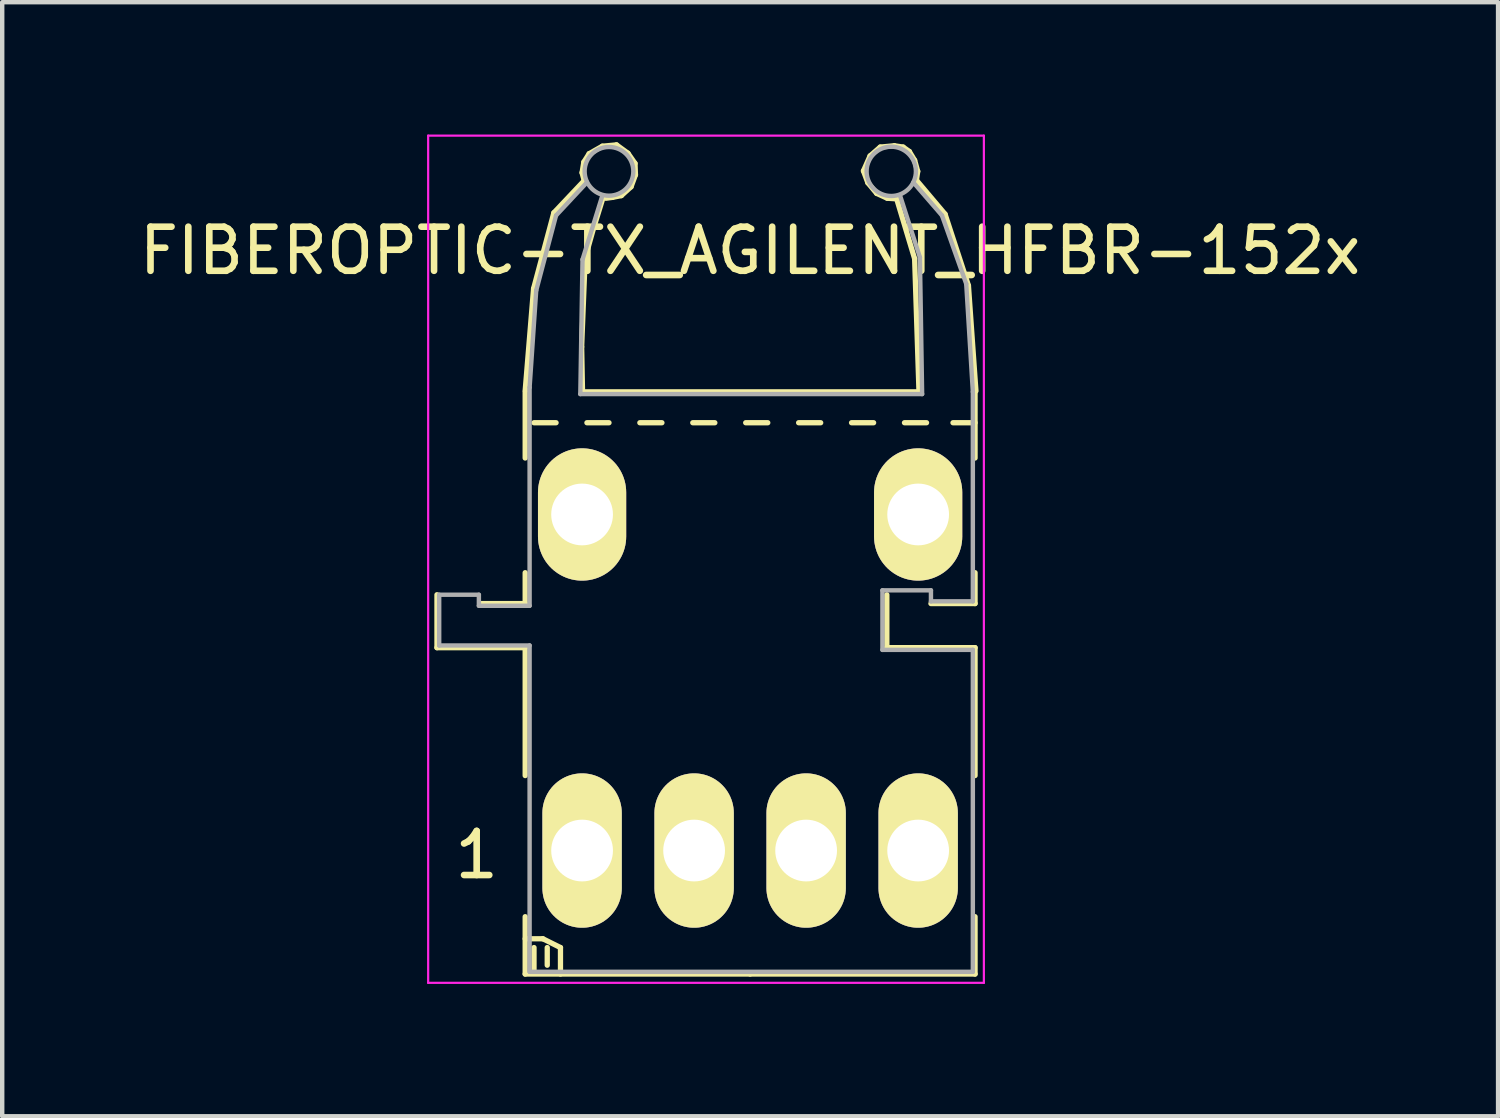
<source format=kicad_pcb>
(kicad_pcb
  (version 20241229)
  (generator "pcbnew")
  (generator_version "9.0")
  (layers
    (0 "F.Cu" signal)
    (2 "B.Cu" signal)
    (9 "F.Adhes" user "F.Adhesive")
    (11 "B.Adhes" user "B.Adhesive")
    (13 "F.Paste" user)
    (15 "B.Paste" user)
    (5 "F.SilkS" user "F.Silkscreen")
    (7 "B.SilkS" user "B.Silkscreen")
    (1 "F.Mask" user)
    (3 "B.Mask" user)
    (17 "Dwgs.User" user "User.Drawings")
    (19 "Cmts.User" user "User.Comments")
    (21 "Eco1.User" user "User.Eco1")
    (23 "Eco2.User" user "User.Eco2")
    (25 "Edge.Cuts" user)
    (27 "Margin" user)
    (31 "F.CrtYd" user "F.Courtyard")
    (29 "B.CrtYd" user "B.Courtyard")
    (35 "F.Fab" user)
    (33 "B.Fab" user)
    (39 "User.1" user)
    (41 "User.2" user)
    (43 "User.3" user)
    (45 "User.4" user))
  (footprint "FIBEROPTIC-TX_AGILENT_HFBR-152x"
    (layer "F.Cu")
    (at 10.148 16.235)
    (property "Reference" "FIBEROPTIC-TX_AGILENT_HFBR-152x" (at 3.81 -13.6 0) (layer "F.SilkS") (effects (font (size 1 1) (thickness 0.15))))
    (attr through_hole)
    (fp_line (start -3.29 -4.6) (end -3.29 -5.8) (stroke (width 0.12) (type solid)) (layer "F.SilkS"))
    (fp_line (start -2.29 -5.6) (end -1.29 -5.6) (stroke (width 0.12) (type solid)) (layer "F.SilkS"))
    (fp_line (start -1.29 -10.43) (end -1.1 -12.74) (stroke (width 0.12) (type solid)) (layer "F.SilkS"))
    (fp_line (start -1.29 -10.4) (end -1.29 -8.9) (stroke (width 0.12) (type solid)) (layer "F.SilkS"))
    (fp_line (start -1.29 -5.6) (end -1.29 -6.3) (stroke (width 0.12) (type solid)) (layer "F.SilkS"))
    (fp_line (start -1.29 -4.6) (end -3.29 -4.6) (stroke (width 0.12) (type solid)) (layer "F.SilkS"))
    (fp_line (start -1.29 -4.6) (end -1.29 -1.7) (stroke (width 0.12) (type solid)) (layer "F.SilkS"))
    (fp_line (start -1.29 2) (end -0.89 2) (stroke (width 0.12) (type solid)) (layer "F.SilkS"))
    (fp_line (start -1.29 2.8) (end -1.29 1.5) (stroke (width 0.12) (type solid)) (layer "F.SilkS"))
    (fp_line (start -1.1 -12.74) (end -0.64 -14.46) (stroke (width 0.12) (type solid)) (layer "F.SilkS"))
    (fp_line (start -1.09 2.2) (end -1.09 2.7) (stroke (width 0.12) (type solid)) (layer "F.SilkS"))
    (fp_line (start -0.89 2) (end -0.49 2.2) (stroke (width 0.12) (type solid)) (layer "F.SilkS"))
    (fp_line (start -0.79 2.2) (end -0.79 2.6) (stroke (width 0.12) (type solid)) (layer "F.SilkS"))
    (fp_line (start -0.64 -14.46) (end 0.04 -15.18) (stroke (width 0.12) (type solid)) (layer "F.SilkS"))
    (fp_line (start -0.59 -9.7) (end -1.09 -9.7) (stroke (width 0.12) (type solid)) (layer "F.SilkS"))
    (fp_line (start -0.49 2.2) (end -0.49 2.8) (stroke (width 0.12) (type solid)) (layer "F.SilkS"))
    (fp_line (start -0.01 -11.42) (end 0.07 -13.44) (stroke (width 0.12) (type solid)) (layer "F.SilkS"))
    (fp_line (start 0 -15.37) (end 0.05 -15.18) (stroke (width 0.12) (type solid)) (layer "F.SilkS"))
    (fp_line (start 0.01 -10.4) (end -0.01 -11.42) (stroke (width 0.12) (type solid)) (layer "F.SilkS"))
    (fp_line (start 0.04 -15.61) (end 0 -15.37) (stroke (width 0.12) (type solid)) (layer "F.SilkS"))
    (fp_line (start 0.07 -13.44) (end 0.26 -14.11) (stroke (width 0.12) (type solid)) (layer "F.SilkS"))
    (fp_line (start 0.16 -15.8) (end 0.04 -15.61) (stroke (width 0.12) (type solid)) (layer "F.SilkS"))
    (fp_line (start 0.26 -14.11) (end 0.48 -14.82) (stroke (width 0.12) (type solid)) (layer "F.SilkS"))
    (fp_line (start 0.46 -15.97) (end 0.16 -15.8) (stroke (width 0.12) (type solid)) (layer "F.SilkS"))
    (fp_line (start 0.54 -14.79) (end 0.69 -14.81) (stroke (width 0.12) (type solid)) (layer "F.SilkS"))
    (fp_line (start 0.61 -9.7) (end 0.11 -9.7) (stroke (width 0.12) (type solid)) (layer "F.SilkS"))
    (fp_line (start 0.69 -14.81) (end 0.89 -14.85) (stroke (width 0.12) (type solid)) (layer "F.SilkS"))
    (fp_line (start 0.78 -16) (end 0.46 -15.97) (stroke (width 0.12) (type solid)) (layer "F.SilkS"))
    (fp_line (start 0.89 -14.85) (end 1.11 -15.05) (stroke (width 0.12) (type solid)) (layer "F.SilkS"))
    (fp_line (start 1.04 -15.81) (end 0.78 -16) (stroke (width 0.12) (type solid)) (layer "F.SilkS"))
    (fp_line (start 1.11 -15.05) (end 1.21 -15.32) (stroke (width 0.12) (type solid)) (layer "F.SilkS"))
    (fp_line (start 1.2 -15.58) (end 1.04 -15.81) (stroke (width 0.12) (type solid)) (layer "F.SilkS"))
    (fp_line (start 1.21 -15.32) (end 1.2 -15.58) (stroke (width 0.12) (type solid)) (layer "F.SilkS"))
    (fp_line (start 1.81 -9.7) (end 1.31 -9.7) (stroke (width 0.12) (type solid)) (layer "F.SilkS"))
    (fp_line (start 3.01 -9.7) (end 2.51 -9.7) (stroke (width 0.12) (type solid)) (layer "F.SilkS"))
    (fp_line (start 3.81 2.8) (end -1.29 2.8) (stroke (width 0.12) (type solid)) (layer "F.SilkS"))
    (fp_line (start 3.81 2.8) (end 8.91 2.8) (stroke (width 0.12) (type solid)) (layer "F.SilkS"))
    (fp_line (start 4.21 -9.7) (end 3.71 -9.7) (stroke (width 0.12) (type solid)) (layer "F.SilkS"))
    (fp_line (start 5.41 -9.7) (end 4.91 -9.7) (stroke (width 0.12) (type solid)) (layer "F.SilkS"))
    (fp_line (start 6.38 -15.41) (end 6.48 -15.14) (stroke (width 0.12) (type solid)) (layer "F.SilkS"))
    (fp_line (start 6.48 -15.14) (end 6.68 -14.9) (stroke (width 0.12) (type solid)) (layer "F.SilkS"))
    (fp_line (start 6.53 -15.75) (end 6.38 -15.41) (stroke (width 0.12) (type solid)) (layer "F.SilkS"))
    (fp_line (start 6.61 -9.7) (end 6.11 -9.7) (stroke (width 0.12) (type solid)) (layer "F.SilkS"))
    (fp_line (start 6.68 -14.9) (end 6.92 -14.79) (stroke (width 0.12) (type solid)) (layer "F.SilkS"))
    (fp_line (start 6.76 -15.95) (end 6.53 -15.75) (stroke (width 0.12) (type solid)) (layer "F.SilkS"))
    (fp_line (start 6.91 -4.6) (end 6.91 -5.8) (stroke (width 0.12) (type solid)) (layer "F.SilkS"))
    (fp_line (start 6.92 -14.79) (end 7.08 -14.78) (stroke (width 0.12) (type solid)) (layer "F.SilkS"))
    (fp_line (start 7.08 -15.98) (end 6.76 -15.95) (stroke (width 0.12) (type solid)) (layer "F.SilkS"))
    (fp_line (start 7.28 -15.95) (end 7.08 -15.98) (stroke (width 0.12) (type solid)) (layer "F.SilkS"))
    (fp_line (start 7.42 -15.85) (end 7.28 -15.95) (stroke (width 0.12) (type solid)) (layer "F.SilkS"))
    (fp_line (start 7.54 -15.65) (end 7.42 -15.85) (stroke (width 0.12) (type solid)) (layer "F.SilkS"))
    (fp_line (start 7.54 -13.42) (end 7.12 -14.82) (stroke (width 0.12) (type solid)) (layer "F.SilkS"))
    (fp_line (start 7.58 -15.2) (end 7.61 -15.4) (stroke (width 0.12) (type solid)) (layer "F.SilkS"))
    (fp_line (start 7.61 -15.4) (end 7.54 -15.65) (stroke (width 0.12) (type solid)) (layer "F.SilkS"))
    (fp_line (start 7.61 -10.4) (end 0.01 -10.4) (stroke (width 0.12) (type solid)) (layer "F.SilkS"))
    (fp_line (start 7.64 -10.37) (end 7.54 -13.42) (stroke (width 0.12) (type solid)) (layer "F.SilkS"))
    (fp_line (start 7.81 -9.7) (end 7.31 -9.7) (stroke (width 0.12) (type solid)) (layer "F.SilkS"))
    (fp_line (start 7.91 -5.6) (end 8.91 -5.6) (stroke (width 0.12) (type solid)) (layer "F.SilkS"))
    (fp_line (start 8.23 -14.43) (end 7.58 -15.2) (stroke (width 0.12) (type solid)) (layer "F.SilkS"))
    (fp_line (start 8.76 -12.81) (end 8.23 -14.43) (stroke (width 0.12) (type solid)) (layer "F.SilkS"))
    (fp_line (start 8.91 -9.7) (end 8.41 -9.7) (stroke (width 0.12) (type solid)) (layer "F.SilkS"))
    (fp_line (start 8.91 -8.9) (end 8.91 -10.4) (stroke (width 0.12) (type solid)) (layer "F.SilkS"))
    (fp_line (start 8.91 -5.6) (end 8.91 -6.3) (stroke (width 0.12) (type solid)) (layer "F.SilkS"))
    (fp_line (start 8.91 -4.6) (end 6.91 -4.6) (stroke (width 0.12) (type solid)) (layer "F.SilkS"))
    (fp_line (start 8.91 -1.7) (end 8.91 -4.6) (stroke (width 0.12) (type solid)) (layer "F.SilkS"))
    (fp_line (start 8.91 2.8) (end 8.91 1.5) (stroke (width 0.12) (type solid)) (layer "F.SilkS"))
    (fp_line (start 8.93 -10.42) (end 8.76 -12.81) (stroke (width 0.12) (type solid)) (layer "F.SilkS"))
    (fp_line (start -3.49 -16.21) (end -3.49 3) (stroke (width 0.05) (type solid)) (layer "F.CrtYd"))
    (fp_line (start -3.49 -16.21) (end 9.11 -16.21) (stroke (width 0.05) (type solid)) (layer "F.CrtYd"))
    (fp_line (start 9.11 3) (end -3.49 3) (stroke (width 0.05) (type solid)) (layer "F.CrtYd"))
    (fp_line (start 9.11 3) (end 9.11 -16.21) (stroke (width 0.05) (type solid)) (layer "F.CrtYd"))
    (fp_line (start -3.24 -5.8) (end -3.24 -4.65) (stroke (width 0.1) (type solid)) (layer "F.Fab"))
    (fp_line (start -3.24 -4.65) (end -1.19 -4.65) (stroke (width 0.1) (type solid)) (layer "F.Fab"))
    (fp_line (start -2.34 -5.8) (end -3.24 -5.8) (stroke (width 0.1) (type solid)) (layer "F.Fab"))
    (fp_line (start -2.34 -5.55) (end -2.34 -5.8) (stroke (width 0.1) (type solid)) (layer "F.Fab"))
    (fp_line (start -1.19 -10.5) (end -1.19 -5.55) (stroke (width 0.1) (type solid)) (layer "F.Fab"))
    (fp_line (start -1.19 -5.55) (end -2.34 -5.55) (stroke (width 0.1) (type solid)) (layer "F.Fab"))
    (fp_line (start -1.19 -4.65) (end -1.19 2.75) (stroke (width 0.1) (type solid)) (layer "F.Fab"))
    (fp_line (start -1.19 2.75) (end 8.86 2.75) (stroke (width 0.1) (type solid)) (layer "F.Fab"))
    (fp_line (start -1.04 -12.7) (end -1.19 -10.5) (stroke (width 0.1) (type solid)) (layer "F.Fab"))
    (fp_line (start -0.59 -14.4) (end -1.04 -12.7) (stroke (width 0.1) (type solid)) (layer "F.Fab"))
    (fp_line (start -0.04 -10.35) (end 0.01 -13.4) (stroke (width 0.1) (type solid)) (layer "F.Fab"))
    (fp_line (start 0.01 -13.4) (end 0.46 -14.85) (stroke (width 0.1) (type solid)) (layer "F.Fab"))
    (fp_line (start 0.11 -15.15) (end -0.59 -14.4) (stroke (width 0.1) (type solid)) (layer "F.Fab"))
    (fp_line (start 6.81 -5.9) (end 7.91 -5.9) (stroke (width 0.1) (type solid)) (layer "F.Fab"))
    (fp_line (start 6.81 -4.55) (end 6.81 -5.9) (stroke (width 0.1) (type solid)) (layer "F.Fab"))
    (fp_line (start 7.21 -14.85) (end 7.66 -13.45) (stroke (width 0.1) (type solid)) (layer "F.Fab"))
    (fp_line (start 7.66 -13.45) (end 7.71 -10.35) (stroke (width 0.1) (type solid)) (layer "F.Fab"))
    (fp_line (start 7.71 -10.35) (end -0.04 -10.35) (stroke (width 0.1) (type solid)) (layer "F.Fab"))
    (fp_line (start 7.91 -5.9) (end 7.91 -5.65) (stroke (width 0.1) (type solid)) (layer "F.Fab"))
    (fp_line (start 7.91 -5.65) (end 8.86 -5.65) (stroke (width 0.1) (type solid)) (layer "F.Fab"))
    (fp_line (start 8.16 -14.4) (end 7.51 -15.15) (stroke (width 0.1) (type solid)) (layer "F.Fab"))
    (fp_line (start 8.71 -12.85) (end 8.16 -14.4) (stroke (width 0.1) (type solid)) (layer "F.Fab"))
    (fp_line (start 8.86 -10.4) (end 8.71 -12.85) (stroke (width 0.1) (type solid)) (layer "F.Fab"))
    (fp_line (start 8.86 -5.65) (end 8.86 -10.4) (stroke (width 0.1) (type solid)) (layer "F.Fab"))
    (fp_line (start 8.86 -4.55) (end 6.81 -4.55) (stroke (width 0.1) (type solid)) (layer "F.Fab"))
    (fp_line (start 8.86 2.75) (end 8.86 -4.55) (stroke (width 0.1) (type solid)) (layer "F.Fab"))
    (fp_circle (center 0.61 -15.4) (end 0.66 -14.85) (stroke (width 0.1) (type solid)) (fill no) (layer "F.Fab"))
    (fp_circle (center 7.01 -15.4) (end 7.51 -15.15) (stroke (width 0.1) (type solid)) (fill no) (layer "F.Fab"))
    (fp_text user "1" (at -2.39 0.1 0) (layer "F.SilkS") (effects (font (size 1 1) (thickness 0.15))))
    (pad "1" thru_hole oval (at 0 0) (size 1.8 3.5) (drill 1.4) (layers "*.Cu" "*.Mask" "F.SilkS"))
    (pad "2" thru_hole oval (at 2.54 0) (size 1.8 3.5) (drill 1.4) (layers "*.Cu" "*.Mask" "F.SilkS"))
    (pad "3" thru_hole oval (at 5.08 0) (size 1.8 3.5) (drill 1.4) (layers "*.Cu" "*.Mask" "F.SilkS"))
    (pad "4" thru_hole oval (at 7.62 0) (size 1.8 3.5) (drill 1.4) (layers "*.Cu" "*.Mask" "F.SilkS"))
    (pad "5" thru_hole oval (at 7.62 -7.62) (size 2 3) (drill 1.4) (layers "*.Cu" "*.Mask" "F.SilkS"))
    (pad "6" thru_hole oval (at 0 -7.62) (size 2 3) (drill 1.4) (layers "*.Cu" "*.Mask" "F.SilkS")))
  (gr_rect
    (start -3 -3)
    (end 30.917 22.26)
    (stroke (width 0.1) (type default))
    (fill no)
    (layer "Edge.Cuts")))
</source>
